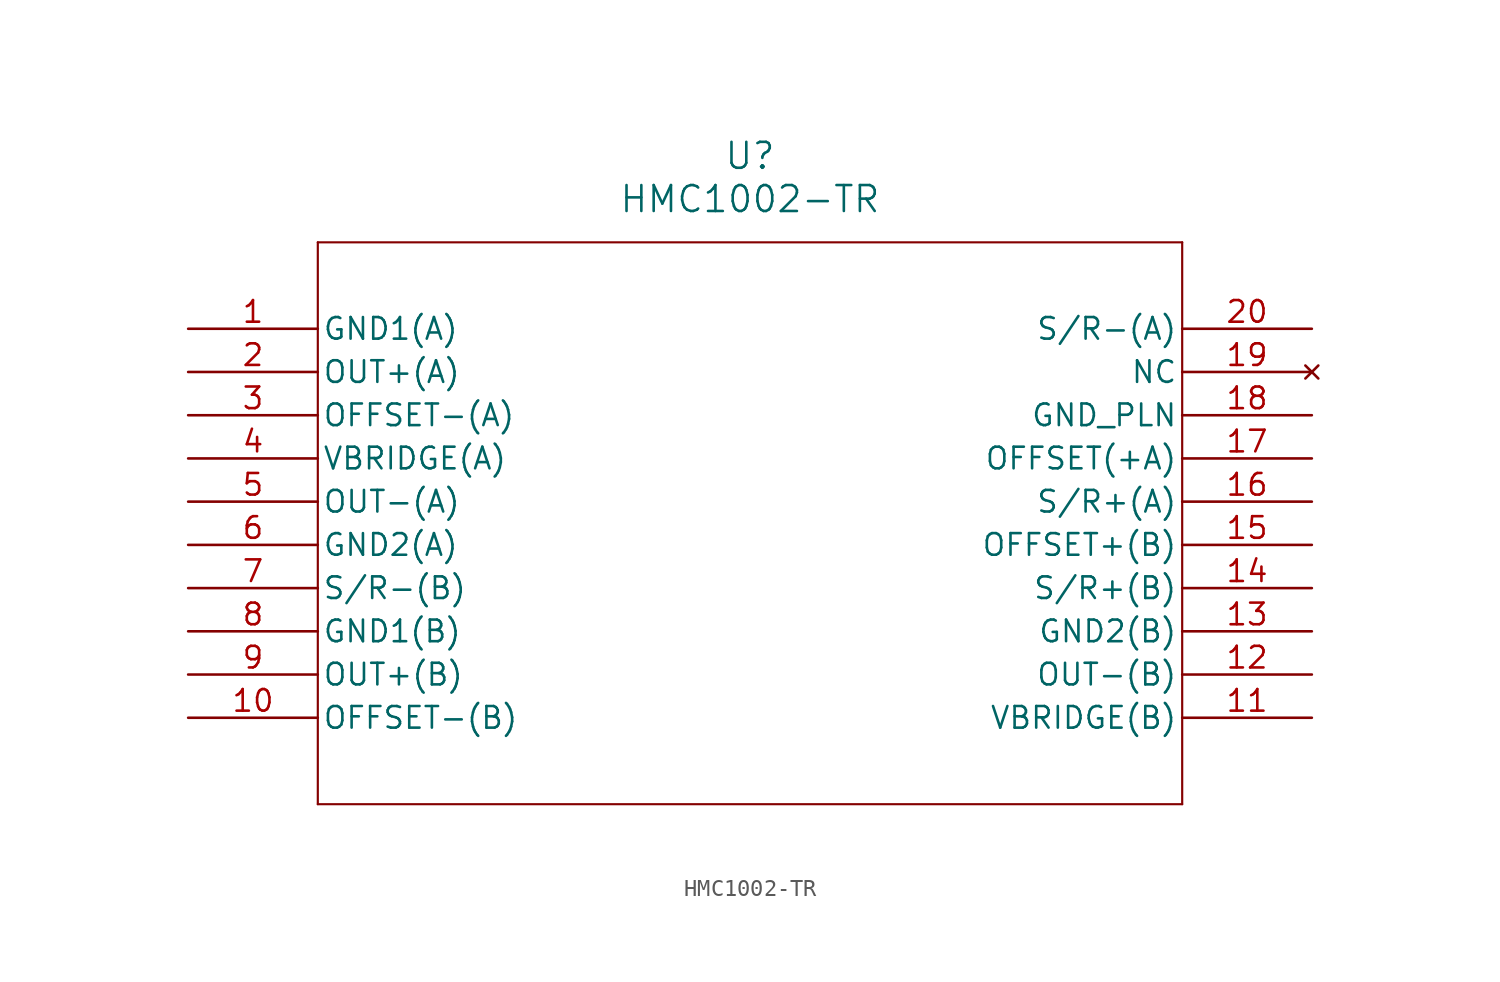
<source format=kicad_sym>
(kicad_symbol_lib
  (version 20211014)
  (generator kicad_symbol_editor)
  (symbol "HMC1002-TR"
    (pin_names
      (offset 0.254))
    (property "Reference" "U"
      (at 33.02 10.16 0)
      (effects (font (size 1.524 1.524))))
    (property "Value" "HMC1002-TR"
      (at 33.02 7.62 0)
      (effects (font (size 1.524 1.524))))
    (symbol "HMC1002-TR_0_1"
      (polyline (pts (xy 7.62 5.08) (xy 7.62 -27.94)) (stroke (width 0.127) (type default) (color 0 0 0 0)) (fill (type none)))
      (polyline (pts (xy 7.62 -27.94) (xy 58.42 -27.94)) (stroke (width 0.127) (type default) (color 0 0 0 0)) (fill (type none)))
      (polyline (pts (xy 58.42 -27.94) (xy 58.42 5.08)) (stroke (width 0.127) (type default) (color 0 0 0 0)) (fill (type none)))
      (polyline (pts (xy 58.42 5.08) (xy 7.62 5.08)) (stroke (width 0.127) (type default) (color 0 0 0 0)) (fill (type none)))
      (pin power_out line (at 0 0 0) (length 7.62) (name "GND1(A)" (effects (font (size 1.27 1.27)))) (number "1" (effects (font (size 1.27 1.27)))))
      (pin output line (at 0 -2.54 0) (length 7.62) (name "OUT+(A)" (effects (font (size 1.27 1.27)))) (number "2" (effects (font (size 1.27 1.27)))))
      (pin bidirectional line (at 0 -5.08 0) (length 7.62) (name "OFFSET-(A)" (effects (font (size 1.27 1.27)))) (number "3" (effects (font (size 1.27 1.27)))))
      (pin unspecified line (at 0 -7.62 0) (length 7.62) (name "VBRIDGE(A)" (effects (font (size 1.27 1.27)))) (number "4" (effects (font (size 1.27 1.27)))))
      (pin output line (at 0 -10.16 0) (length 7.62) (name "OUT-(A)" (effects (font (size 1.27 1.27)))) (number "5" (effects (font (size 1.27 1.27)))))
      (pin power_out line (at 0 -12.7 0) (length 7.62) (name "GND2(A)" (effects (font (size 1.27 1.27)))) (number "6" (effects (font (size 1.27 1.27)))))
      (pin bidirectional line (at 0 -15.24 0) (length 7.62) (name "S/R-(B)" (effects (font (size 1.27 1.27)))) (number "7" (effects (font (size 1.27 1.27)))))
      (pin power_out line (at 0 -17.78 0) (length 7.62) (name "GND1(B)" (effects (font (size 1.27 1.27)))) (number "8" (effects (font (size 1.27 1.27)))))
      (pin output line (at 0 -20.32 0) (length 7.62) (name "OUT+(B)" (effects (font (size 1.27 1.27)))) (number "9" (effects (font (size 1.27 1.27)))))
      (pin bidirectional line (at 0 -22.86 0) (length 7.62) (name "OFFSET-(B)" (effects (font (size 1.27 1.27)))) (number "10" (effects (font (size 1.27 1.27)))))
      (pin unspecified line (at 66.04 -22.86 180) (length 7.62) (name "VBRIDGE(B)" (effects (font (size 1.27 1.27)))) (number "11" (effects (font (size 1.27 1.27)))))
      (pin output line (at 66.04 -20.32 180) (length 7.62) (name "OUT-(B)" (effects (font (size 1.27 1.27)))) (number "12" (effects (font (size 1.27 1.27)))))
      (pin power_out line (at 66.04 -17.78 180) (length 7.62) (name "GND2(B)" (effects (font (size 1.27 1.27)))) (number "13" (effects (font (size 1.27 1.27)))))
      (pin unspecified line (at 66.04 -15.24 180) (length 7.62) (name "S/R+(B)" (effects (font (size 1.27 1.27)))) (number "14" (effects (font (size 1.27 1.27)))))
      (pin unspecified line (at 66.04 -12.7 180) (length 7.62) (name "OFFSET+(B)" (effects (font (size 1.27 1.27)))) (number "15" (effects (font (size 1.27 1.27)))))
      (pin unspecified line (at 66.04 -10.16 180) (length 7.62) (name "S/R+(A)" (effects (font (size 1.27 1.27)))) (number "16" (effects (font (size 1.27 1.27)))))
      (pin unspecified line (at 66.04 -7.62 180) (length 7.62) (name "OFFSET(+A)" (effects (font (size 1.27 1.27)))) (number "17" (effects (font (size 1.27 1.27)))))
      (pin power_out line (at 66.04 -5.08 180) (length 7.62) (name "GND_PLN" (effects (font (size 1.27 1.27)))) (number "18" (effects (font (size 1.27 1.27)))))
      (pin no_connect line (at 66.04 -2.54 180) (length 7.62) (name "NC" (effects (font (size 1.27 1.27)))) (number "19" (effects (font (size 1.27 1.27)))))
      (pin bidirectional line (at 66.04 0 180) (length 7.62) (name "S/R-(A)" (effects (font (size 1.27 1.27)))) (number "20" (effects (font (size 1.27 1.27))))))))
</source>
